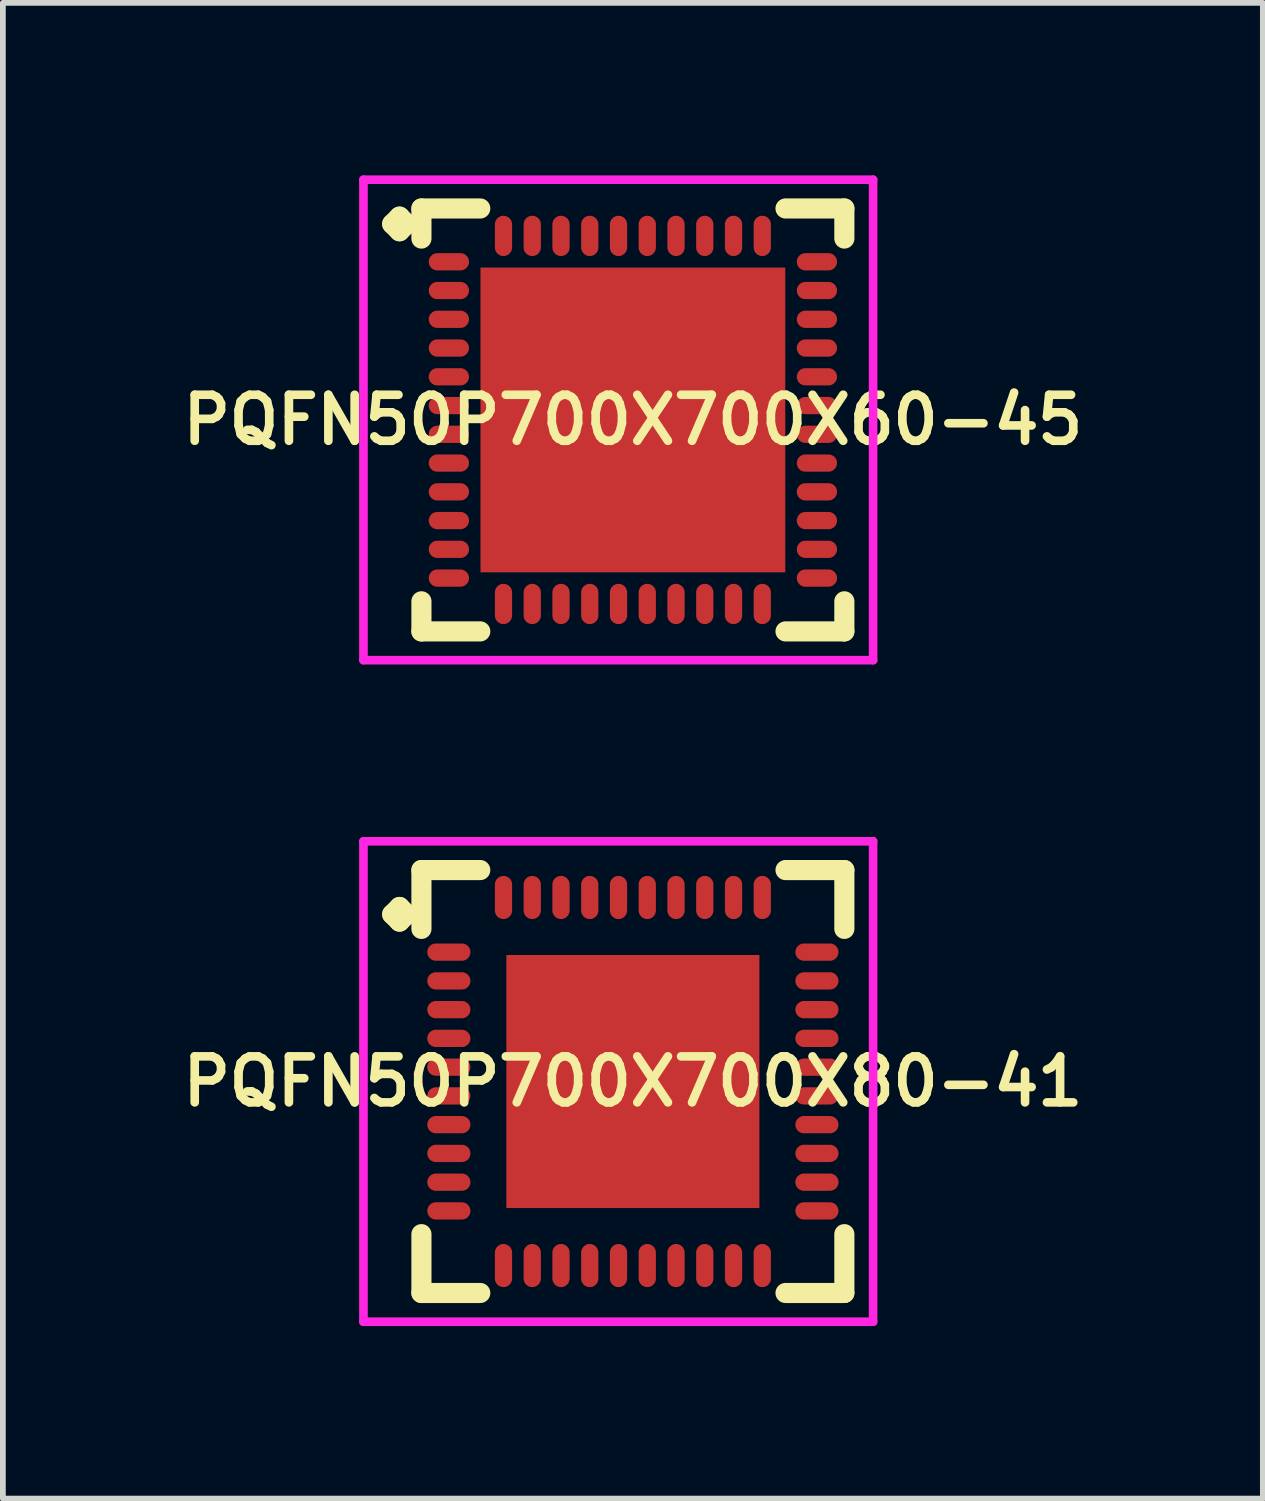
<source format=kicad_pcb>
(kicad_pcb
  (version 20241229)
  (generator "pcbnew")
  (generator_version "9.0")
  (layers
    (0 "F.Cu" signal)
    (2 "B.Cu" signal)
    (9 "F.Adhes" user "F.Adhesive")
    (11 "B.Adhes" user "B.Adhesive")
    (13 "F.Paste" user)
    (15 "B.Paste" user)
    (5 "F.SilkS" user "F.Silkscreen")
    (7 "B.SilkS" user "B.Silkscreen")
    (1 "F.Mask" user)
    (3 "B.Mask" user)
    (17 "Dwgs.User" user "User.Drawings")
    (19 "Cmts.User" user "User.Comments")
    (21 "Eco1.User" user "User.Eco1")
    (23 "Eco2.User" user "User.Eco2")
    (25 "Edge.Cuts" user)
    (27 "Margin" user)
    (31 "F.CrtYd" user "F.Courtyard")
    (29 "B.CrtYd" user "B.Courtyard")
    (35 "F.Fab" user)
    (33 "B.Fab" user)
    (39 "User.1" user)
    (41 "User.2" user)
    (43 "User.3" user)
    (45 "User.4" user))
  (footprint "PQFN50P700X700X60-45"
    (layer "F.Cu")
    (at 7.955 4.252)
    (property "Reference" "PQFN50P700X700X60-45" (at 0 0 0) (layer "F.SilkS") (effects (font (size 0.8 0.8) (thickness 0.15))))
    (attr smd)
    (fp_line (start -4.185 -3.408) (end -4.058 -3.535) (stroke (width 0.35) (type solid)) (layer "F.SilkS"))
    (fp_line (start -4.058 -3.535) (end -3.931 -3.408) (stroke (width 0.35) (type solid)) (layer "F.SilkS"))
    (fp_line (start -4.058 -3.281) (end -4.185 -3.408) (stroke (width 0.35) (type solid)) (layer "F.SilkS"))
    (fp_line (start -3.931 -3.408) (end -4.058 -3.281) (stroke (width 0.35) (type solid)) (layer "F.SilkS"))
    (fp_line (start -3.677 -3.677) (end -2.654 -3.677) (stroke (width 0.35) (type solid)) (layer "F.SilkS"))
    (fp_line (start -3.677 -3.154) (end -3.677 -3.677) (stroke (width 0.35) (type solid)) (layer "F.SilkS"))
    (fp_line (start -3.677 3.154) (end -3.677 3.677) (stroke (width 0.35) (type solid)) (layer "F.SilkS"))
    (fp_line (start -3.677 3.677) (end -2.654 3.677) (stroke (width 0.35) (type solid)) (layer "F.SilkS"))
    (fp_line (start 2.654 -3.677) (end 3.677 -3.677) (stroke (width 0.35) (type solid)) (layer "F.SilkS"))
    (fp_line (start 2.654 3.677) (end 3.677 3.677) (stroke (width 0.35) (type solid)) (layer "F.SilkS"))
    (fp_line (start 3.677 -3.677) (end 3.677 -3.154) (stroke (width 0.35) (type solid)) (layer "F.SilkS"))
    (fp_line (start 3.677 3.677) (end 3.677 3.154) (stroke (width 0.35) (type solid)) (layer "F.SilkS"))
    (fp_line (start -4.685 -4.177) (end 4.177 -4.177) (stroke (width 0.15) (type solid)) (layer "F.CrtYd"))
    (fp_line (start -4.685 4.177) (end -4.685 -4.177) (stroke (width 0.15) (type solid)) (layer "F.CrtYd"))
    (fp_line (start 4.177 -4.177) (end 4.177 4.177) (stroke (width 0.15) (type solid)) (layer "F.CrtYd"))
    (fp_line (start 4.177 4.177) (end -4.685 4.177) (stroke (width 0.15) (type solid)) (layer "F.CrtYd"))
    (pad "1" smd oval (at -3.2 -2.75) (size 0.7 0.3) (layers "F.Cu" "F.Mask" "F.Paste"))
    (pad "2" smd oval (at -3.2 -2.25) (size 0.7 0.3) (layers "F.Cu" "F.Mask" "F.Paste"))
    (pad "3" smd oval (at -3.2 -1.75) (size 0.7 0.3) (layers "F.Cu" "F.Mask" "F.Paste"))
    (pad "4" smd oval (at -3.2 -1.25) (size 0.7 0.3) (layers "F.Cu" "F.Mask" "F.Paste"))
    (pad "5" smd oval (at -3.2 -0.75) (size 0.7 0.3) (layers "F.Cu" "F.Mask" "F.Paste"))
    (pad "6" smd oval (at -3.2 -0.25) (size 0.7 0.3) (layers "F.Cu" "F.Mask" "F.Paste"))
    (pad "7" smd oval (at -3.2 0.25) (size 0.7 0.3) (layers "F.Cu" "F.Mask" "F.Paste"))
    (pad "8" smd oval (at -3.2 0.75) (size 0.7 0.3) (layers "F.Cu" "F.Mask" "F.Paste"))
    (pad "9" smd oval (at -3.2 1.25) (size 0.7 0.3) (layers "F.Cu" "F.Mask" "F.Paste"))
    (pad "10" smd oval (at -3.2 1.75) (size 0.7 0.3) (layers "F.Cu" "F.Mask" "F.Paste"))
    (pad "11" smd oval (at -3.2 2.25) (size 0.7 0.3) (layers "F.Cu" "F.Mask" "F.Paste"))
    (pad "12" smd oval (at -3.2 2.75) (size 0.7 0.3) (layers "F.Cu" "F.Mask" "F.Paste"))
    (pad "13" smd oval (at -2.25 3.2) (size 0.3 0.7) (layers "F.Cu" "F.Mask" "F.Paste"))
    (pad "14" smd oval (at -1.75 3.2) (size 0.3 0.7) (layers "F.Cu" "F.Mask" "F.Paste"))
    (pad "15" smd oval (at -1.25 3.2) (size 0.3 0.7) (layers "F.Cu" "F.Mask" "F.Paste"))
    (pad "16" smd oval (at -0.75 3.2) (size 0.3 0.7) (layers "F.Cu" "F.Mask" "F.Paste"))
    (pad "17" smd oval (at -0.25 3.2) (size 0.3 0.7) (layers "F.Cu" "F.Mask" "F.Paste"))
    (pad "18" smd oval (at 0.25 3.2) (size 0.3 0.7) (layers "F.Cu" "F.Mask" "F.Paste"))
    (pad "19" smd oval (at 0.75 3.2) (size 0.3 0.7) (layers "F.Cu" "F.Mask" "F.Paste"))
    (pad "20" smd oval (at 1.25 3.2) (size 0.3 0.7) (layers "F.Cu" "F.Mask" "F.Paste"))
    (pad "21" smd oval (at 1.75 3.2) (size 0.3 0.7) (layers "F.Cu" "F.Mask" "F.Paste"))
    (pad "22" smd oval (at 2.25 3.2) (size 0.3 0.7) (layers "F.Cu" "F.Mask" "F.Paste"))
    (pad "23" smd oval (at 3.2 2.75) (size 0.7 0.3) (layers "F.Cu" "F.Mask" "F.Paste"))
    (pad "24" smd oval (at 3.2 2.25) (size 0.7 0.3) (layers "F.Cu" "F.Mask" "F.Paste"))
    (pad "25" smd oval (at 3.2 1.75) (size 0.7 0.3) (layers "F.Cu" "F.Mask" "F.Paste"))
    (pad "26" smd oval (at 3.2 1.25) (size 0.7 0.3) (layers "F.Cu" "F.Mask" "F.Paste"))
    (pad "27" smd oval (at 3.2 0.75) (size 0.7 0.3) (layers "F.Cu" "F.Mask" "F.Paste"))
    (pad "28" smd oval (at 3.2 0.25) (size 0.7 0.3) (layers "F.Cu" "F.Mask" "F.Paste"))
    (pad "29" smd oval (at 3.2 -0.25) (size 0.7 0.3) (layers "F.Cu" "F.Mask" "F.Paste"))
    (pad "30" smd oval (at 3.2 -0.75) (size 0.7 0.3) (layers "F.Cu" "F.Mask" "F.Paste"))
    (pad "31" smd oval (at 3.2 -1.25) (size 0.7 0.3) (layers "F.Cu" "F.Mask" "F.Paste"))
    (pad "32" smd oval (at 3.2 -1.75) (size 0.7 0.3) (layers "F.Cu" "F.Mask" "F.Paste"))
    (pad "33" smd oval (at 3.2 -2.25) (size 0.7 0.3) (layers "F.Cu" "F.Mask" "F.Paste"))
    (pad "34" smd oval (at 3.2 -2.75) (size 0.7 0.3) (layers "F.Cu" "F.Mask" "F.Paste"))
    (pad "35" smd oval (at 2.25 -3.2) (size 0.3 0.7) (layers "F.Cu" "F.Mask" "F.Paste"))
    (pad "36" smd oval (at 1.75 -3.2) (size 0.3 0.7) (layers "F.Cu" "F.Mask" "F.Paste"))
    (pad "37" smd oval (at 1.25 -3.2) (size 0.3 0.7) (layers "F.Cu" "F.Mask" "F.Paste"))
    (pad "38" smd oval (at 0.75 -3.2) (size 0.3 0.7) (layers "F.Cu" "F.Mask" "F.Paste"))
    (pad "39" smd oval (at 0.25 -3.2) (size 0.3 0.7) (layers "F.Cu" "F.Mask" "F.Paste"))
    (pad "40" smd oval (at -0.25 -3.2) (size 0.3 0.7) (layers "F.Cu" "F.Mask" "F.Paste"))
    (pad "41" smd oval (at -0.75 -3.2) (size 0.3 0.7) (layers "F.Cu" "F.Mask" "F.Paste"))
    (pad "42" smd oval (at -1.25 -3.2) (size 0.3 0.7) (layers "F.Cu" "F.Mask" "F.Paste"))
    (pad "43" smd oval (at -1.75 -3.2) (size 0.3 0.7) (layers "F.Cu" "F.Mask" "F.Paste"))
    (pad "44" smd oval (at -2.25 -3.2) (size 0.3 0.7) (layers "F.Cu" "F.Mask" "F.Paste"))
    (pad "45" smd rect (at 0 0) (size 5.3 5.3) (layers "F.Cu" "F.Mask" "F.Paste")))
  (footprint "PQFN50P700X700X80-41"
    (layer "F.Cu")
    (at 7.955 15.756)
    (property "Reference" "PQFN50P700X700X80-41" (at 0 0 0) (layer "F.SilkS") (effects (font (size 0.8 0.8) (thickness 0.15))))
    (attr smd)
    (fp_line (start -4.185 -2.908) (end -4.058 -3.035) (stroke (width 0.35) (type solid)) (layer "F.SilkS"))
    (fp_line (start -4.058 -3.035) (end -3.931 -2.908) (stroke (width 0.35) (type solid)) (layer "F.SilkS"))
    (fp_line (start -4.058 -2.781) (end -4.185 -2.908) (stroke (width 0.35) (type solid)) (layer "F.SilkS"))
    (fp_line (start -3.931 -2.908) (end -4.058 -2.781) (stroke (width 0.35) (type solid)) (layer "F.SilkS"))
    (fp_line (start -3.677 -3.677) (end -2.654 -3.677) (stroke (width 0.35) (type solid)) (layer "F.SilkS"))
    (fp_line (start -3.677 -2.654) (end -3.677 -3.677) (stroke (width 0.35) (type solid)) (layer "F.SilkS"))
    (fp_line (start -3.677 2.654) (end -3.677 3.677) (stroke (width 0.35) (type solid)) (layer "F.SilkS"))
    (fp_line (start -3.677 3.677) (end -2.654 3.677) (stroke (width 0.35) (type solid)) (layer "F.SilkS"))
    (fp_line (start 2.654 -3.677) (end 3.677 -3.677) (stroke (width 0.35) (type solid)) (layer "F.SilkS"))
    (fp_line (start 2.654 3.677) (end 3.677 3.677) (stroke (width 0.35) (type solid)) (layer "F.SilkS"))
    (fp_line (start 3.677 -3.677) (end 3.677 -2.654) (stroke (width 0.35) (type solid)) (layer "F.SilkS"))
    (fp_line (start 3.677 3.677) (end 3.677 2.654) (stroke (width 0.35) (type solid)) (layer "F.SilkS"))
    (fp_line (start -4.685 -4.177) (end 4.177 -4.177) (stroke (width 0.15) (type solid)) (layer "F.CrtYd"))
    (fp_line (start -4.685 4.177) (end -4.685 -4.177) (stroke (width 0.15) (type solid)) (layer "F.CrtYd"))
    (fp_line (start 4.177 -4.177) (end 4.177 4.177) (stroke (width 0.15) (type solid)) (layer "F.CrtYd"))
    (fp_line (start 4.177 4.177) (end -4.685 4.177) (stroke (width 0.15) (type solid)) (layer "F.CrtYd"))
    (pad "1" smd oval (at -3.2 -2.25) (size 0.75 0.3) (layers "F.Cu" "F.Mask" "F.Paste"))
    (pad "2" smd oval (at -3.2 -1.75) (size 0.75 0.3) (layers "F.Cu" "F.Mask" "F.Paste"))
    (pad "3" smd oval (at -3.2 -1.25) (size 0.75 0.3) (layers "F.Cu" "F.Mask" "F.Paste"))
    (pad "4" smd oval (at -3.2 -0.75) (size 0.75 0.3) (layers "F.Cu" "F.Mask" "F.Paste"))
    (pad "5" smd oval (at -3.2 -0.25) (size 0.75 0.3) (layers "F.Cu" "F.Mask" "F.Paste"))
    (pad "6" smd oval (at -3.2 0.25) (size 0.75 0.3) (layers "F.Cu" "F.Mask" "F.Paste"))
    (pad "7" smd oval (at -3.2 0.75) (size 0.75 0.3) (layers "F.Cu" "F.Mask" "F.Paste"))
    (pad "8" smd oval (at -3.2 1.25) (size 0.75 0.3) (layers "F.Cu" "F.Mask" "F.Paste"))
    (pad "9" smd oval (at -3.2 1.75) (size 0.75 0.3) (layers "F.Cu" "F.Mask" "F.Paste"))
    (pad "10" smd oval (at -3.2 2.25) (size 0.75 0.3) (layers "F.Cu" "F.Mask" "F.Paste"))
    (pad "11" smd oval (at -2.25 3.2) (size 0.3 0.75) (layers "F.Cu" "F.Mask" "F.Paste"))
    (pad "12" smd oval (at -1.75 3.2) (size 0.3 0.75) (layers "F.Cu" "F.Mask" "F.Paste"))
    (pad "13" smd oval (at -1.25 3.2) (size 0.3 0.75) (layers "F.Cu" "F.Mask" "F.Paste"))
    (pad "14" smd oval (at -0.75 3.2) (size 0.3 0.75) (layers "F.Cu" "F.Mask" "F.Paste"))
    (pad "15" smd oval (at -0.25 3.2) (size 0.3 0.75) (layers "F.Cu" "F.Mask" "F.Paste"))
    (pad "16" smd oval (at 0.25 3.2) (size 0.3 0.75) (layers "F.Cu" "F.Mask" "F.Paste"))
    (pad "17" smd oval (at 0.75 3.2) (size 0.3 0.75) (layers "F.Cu" "F.Mask" "F.Paste"))
    (pad "18" smd oval (at 1.25 3.2) (size 0.3 0.75) (layers "F.Cu" "F.Mask" "F.Paste"))
    (pad "19" smd oval (at 1.75 3.2) (size 0.3 0.75) (layers "F.Cu" "F.Mask" "F.Paste"))
    (pad "20" smd oval (at 2.25 3.2) (size 0.3 0.75) (layers "F.Cu" "F.Mask" "F.Paste"))
    (pad "21" smd oval (at 3.2 2.25) (size 0.75 0.3) (layers "F.Cu" "F.Mask" "F.Paste"))
    (pad "22" smd oval (at 3.2 1.75) (size 0.75 0.3) (layers "F.Cu" "F.Mask" "F.Paste"))
    (pad "23" smd oval (at 3.2 1.25) (size 0.75 0.3) (layers "F.Cu" "F.Mask" "F.Paste"))
    (pad "24" smd oval (at 3.2 0.75) (size 0.75 0.3) (layers "F.Cu" "F.Mask" "F.Paste"))
    (pad "25" smd oval (at 3.2 0.25) (size 0.75 0.3) (layers "F.Cu" "F.Mask" "F.Paste"))
    (pad "26" smd oval (at 3.2 -0.25) (size 0.75 0.3) (layers "F.Cu" "F.Mask" "F.Paste"))
    (pad "27" smd oval (at 3.2 -0.75) (size 0.75 0.3) (layers "F.Cu" "F.Mask" "F.Paste"))
    (pad "28" smd oval (at 3.2 -1.25) (size 0.75 0.3) (layers "F.Cu" "F.Mask" "F.Paste"))
    (pad "29" smd oval (at 3.2 -1.75) (size 0.75 0.3) (layers "F.Cu" "F.Mask" "F.Paste"))
    (pad "30" smd oval (at 3.2 -2.25) (size 0.75 0.3) (layers "F.Cu" "F.Mask" "F.Paste"))
    (pad "31" smd oval (at 2.25 -3.2) (size 0.3 0.75) (layers "F.Cu" "F.Mask" "F.Paste"))
    (pad "32" smd oval (at 1.75 -3.2) (size 0.3 0.75) (layers "F.Cu" "F.Mask" "F.Paste"))
    (pad "33" smd oval (at 1.25 -3.2) (size 0.3 0.75) (layers "F.Cu" "F.Mask" "F.Paste"))
    (pad "34" smd oval (at 0.75 -3.2) (size 0.3 0.75) (layers "F.Cu" "F.Mask" "F.Paste"))
    (pad "35" smd oval (at 0.25 -3.2) (size 0.3 0.75) (layers "F.Cu" "F.Mask" "F.Paste"))
    (pad "36" smd oval (at -0.25 -3.2) (size 0.3 0.75) (layers "F.Cu" "F.Mask" "F.Paste"))
    (pad "37" smd oval (at -0.75 -3.2) (size 0.3 0.75) (layers "F.Cu" "F.Mask" "F.Paste"))
    (pad "38" smd oval (at -1.25 -3.2) (size 0.3 0.75) (layers "F.Cu" "F.Mask" "F.Paste"))
    (pad "39" smd oval (at -1.75 -3.2) (size 0.3 0.75) (layers "F.Cu" "F.Mask" "F.Paste"))
    (pad "40" smd oval (at -2.25 -3.2) (size 0.3 0.75) (layers "F.Cu" "F.Mask" "F.Paste"))
    (pad "41" smd rect (at 0 0) (size 4.4 4.4) (layers "F.Cu" "F.Mask" "F.Paste")))
  (gr_rect
    (start -3 -3)
    (end 18.909 23.008)
    (stroke (width 0.1) (type default))
    (fill no)
    (layer "Edge.Cuts")))
</source>
